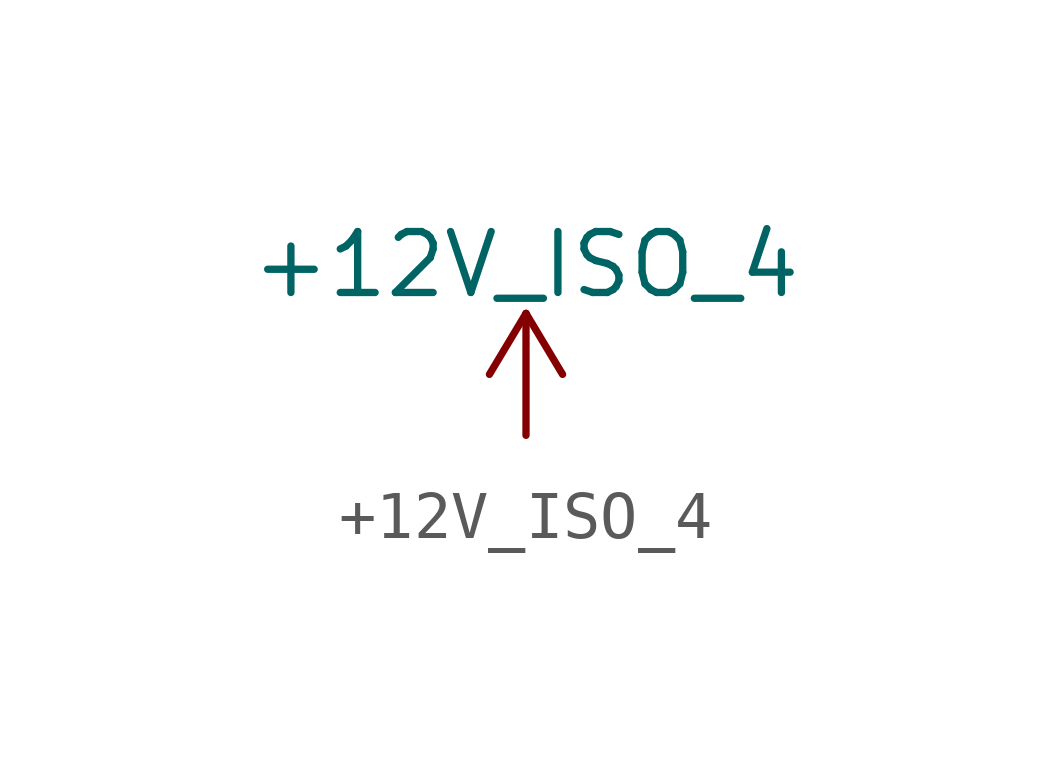
<source format=kicad_sym>
(kicad_symbol_lib
  (version 20220914)
  (generator kicad_symbol_editor)
  (symbol "+12V_ISO_4"
    (power)
    (pin_names
      (offset 0))
    (property "Reference" "#PWR"
      (at 0 -3.81 0)
      (effects (font (size 1.27 1.27)) hide))
    (property "Value" "+12V_ISO_4"
      (at 0 3.556 0)
      (effects (font (size 1.27 1.27))))
    (symbol "+12V_ISO_4_0_1"
      (polyline (pts (xy -0.762 1.27) (xy 0 2.54)) (stroke (width 0) (type default)) (fill (type none)))
      (polyline (pts (xy 0 0) (xy 0 2.54)) (stroke (width 0) (type default)) (fill (type none)))
      (polyline (pts (xy 0 2.54) (xy 0.762 1.27)) (stroke (width 0) (type default)) (fill (type none))))
    (symbol "+12V_ISO_4_1_1"
      (pin power_in line (at 0 0 0) (length 0) hide (name "+12V_ISO_4" (effects (font (size 1.27 1.27)))) (number "1" (effects (font (size 1.27 1.27))))))))
</source>
